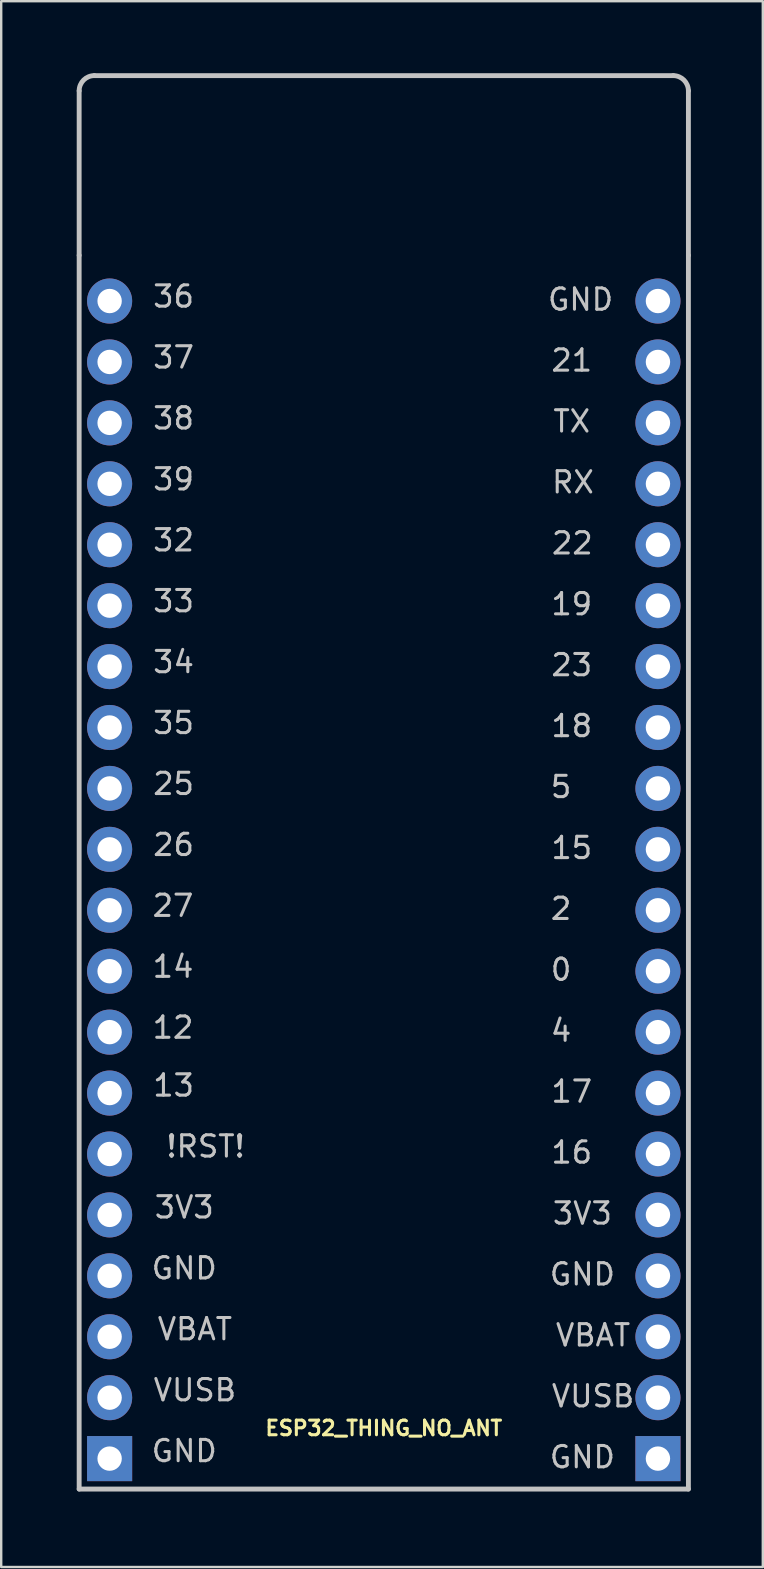
<source format=kicad_pcb>
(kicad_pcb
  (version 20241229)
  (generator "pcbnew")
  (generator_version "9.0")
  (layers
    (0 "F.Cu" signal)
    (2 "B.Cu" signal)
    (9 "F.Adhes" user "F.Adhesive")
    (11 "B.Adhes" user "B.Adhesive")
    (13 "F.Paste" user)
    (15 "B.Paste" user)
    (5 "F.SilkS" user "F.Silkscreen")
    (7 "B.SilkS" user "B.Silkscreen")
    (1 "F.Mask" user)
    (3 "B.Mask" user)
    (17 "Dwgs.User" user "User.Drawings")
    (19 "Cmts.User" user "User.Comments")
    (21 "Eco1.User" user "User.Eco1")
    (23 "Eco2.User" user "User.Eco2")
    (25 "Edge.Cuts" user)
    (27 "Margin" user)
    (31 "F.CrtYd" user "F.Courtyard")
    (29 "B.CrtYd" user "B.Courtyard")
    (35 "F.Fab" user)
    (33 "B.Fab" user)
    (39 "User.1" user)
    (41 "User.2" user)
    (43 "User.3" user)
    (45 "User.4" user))
  (footprint "ESP32_THING_NO_ANT"
    (layer "F.Cu")
    (at 0.25 59.03)
    (property "Reference" "ESP32_THING_NO_ANT" (at 12.7 -2.54 0) (layer "F.SilkS") (effects (font (size 0.61 0.61) (thickness 0.127))))
    (attr exclude_from_pos_files exclude_from_bom)
    (fp_line (start 0 -51.435) (end 0 -58.293) (stroke (width 0.203) (type solid)) (layer "Dwgs.User"))
    (fp_line (start 0 0) (end 0 -51.435) (stroke (width 0.203) (type solid)) (layer "Dwgs.User"))
    (fp_line (start 0.635 -58.928) (end 24.765 -58.928) (stroke (width 0.203) (type solid)) (layer "Dwgs.User"))
    (fp_line (start 25.4 -58.293) (end 25.4 -51.435) (stroke (width 0.203) (type solid)) (layer "Dwgs.User"))
    (fp_line (start 25.4 -51.435) (end 25.4 0) (stroke (width 0.203) (type solid)) (layer "Dwgs.User"))
    (fp_line (start 25.4 0) (end 0 0) (stroke (width 0.203) (type solid)) (layer "Dwgs.User"))
    (fp_arc (start 0 -58.293) (mid 0.185987 -58.742013) (end 0.635 -58.928) (stroke (width 0.2032) (type solid)) (layer "Dwgs.User"))
    (fp_arc (start 24.765 -58.928) (mid 25.214013 -58.742013) (end 25.4 -58.293) (stroke (width 0.2032) (type solid)) (layer "Dwgs.User"))
    (fp_text user "36" (at 3.937 -49.721 0) (layer "Dwgs.User") (effects (font (size 0.889 0.889) (thickness 0.127))))
    (fp_text user "39" (at 3.937 -42.1 0) (layer "Dwgs.User") (effects (font (size 0.889 0.889) (thickness 0.127))))
    (fp_text user "13" (at 3.937 -16.828 0) (layer "Dwgs.User") (effects (font (size 0.889 0.889) (thickness 0.127))))
    (fp_text user "15" (at 20.536 -26.731 0) (layer "Dwgs.User") (effects (font (size 0.889 0.889) (thickness 0.127))))
    (fp_text user "12" (at 3.912 -19.241 0) (layer "Dwgs.User") (effects (font (size 0.889 0.889) (thickness 0.127))))
    (fp_text user "VUSB" (at 21.425 -3.873 0) (layer "Dwgs.User") (effects (font (size 0.889 0.889) (thickness 0.127))))
    (fp_text user "GND" (at 4.381 -1.587 0) (layer "Dwgs.User") (effects (font (size 0.889 0.889) (thickness 0.127))))
    (fp_text user "VUSB" (at 4.826 -4.125 0) (layer "Dwgs.User") (effects (font (size 0.889 0.889) (thickness 0.127))))
    (fp_text user "2" (at 20.091 -24.194 0) (layer "Dwgs.User") (effects (font (size 0.889 0.889) (thickness 0.127))))
    (fp_text user "GND" (at 20.98 -1.333 0) (layer "Dwgs.User") (effects (font (size 0.889 0.889) (thickness 0.127))))
    (fp_text user "14" (at 3.912 -21.78 0) (layer "Dwgs.User") (effects (font (size 0.889 0.889) (thickness 0.127))))
    (fp_text user "23" (at 20.536 -34.353 0) (layer "Dwgs.User") (effects (font (size 0.889 0.889) (thickness 0.127))))
    (fp_text user "3V3" (at 20.98 -11.493 0) (layer "Dwgs.User") (effects (font (size 0.889 0.889) (thickness 0.127))))
    (fp_text user "VBAT" (at 21.425 -6.413 0) (layer "Dwgs.User") (effects (font (size 0.889 0.889) (thickness 0.127))))
    (fp_text user "16" (at 20.536 -14.034 0) (layer "Dwgs.User") (effects (font (size 0.889 0.889) (thickness 0.127))))
    (fp_text user "GND" (at 4.381 -9.207 0) (layer "Dwgs.User") (effects (font (size 0.889 0.889) (thickness 0.127))))
    (fp_text user "3V3" (at 4.381 -11.748 0) (layer "Dwgs.User") (effects (font (size 0.889 0.889) (thickness 0.127))))
    (fp_text user "38" (at 3.937 -44.641 0) (layer "Dwgs.User") (effects (font (size 0.889 0.889) (thickness 0.127))))
    (fp_text user "32" (at 3.937 -39.558 0) (layer "Dwgs.User") (effects (font (size 0.889 0.889) (thickness 0.127))))
    (fp_text user "35" (at 3.937 -31.941 0) (layer "Dwgs.User") (effects (font (size 0.889 0.889) (thickness 0.127))))
    (fp_text user "17" (at 20.536 -16.573 0) (layer "Dwgs.User") (effects (font (size 0.889 0.889) (thickness 0.127))))
    (fp_text user "27" (at 3.912 -24.32 0) (layer "Dwgs.User") (effects (font (size 0.889 0.889) (thickness 0.127))))
    (fp_text user "!RST!" (at 5.271 -14.287 0) (layer "Dwgs.User") (effects (font (size 0.889 0.889) (thickness 0.127))))
    (fp_text user "25" (at 3.937 -29.401 0) (layer "Dwgs.User") (effects (font (size 0.889 0.889) (thickness 0.127))))
    (fp_text user "4" (at 20.091 -19.113 0) (layer "Dwgs.User") (effects (font (size 0.889 0.889) (thickness 0.127))))
    (fp_text user "VBAT" (at 4.826 -6.668 0) (layer "Dwgs.User") (effects (font (size 0.889 0.889) (thickness 0.127))))
    (fp_text user "21" (at 20.536 -47.053 0) (layer "Dwgs.User") (effects (font (size 0.889 0.889) (thickness 0.127))))
    (fp_text user "34" (at 3.937 -34.48 0) (layer "Dwgs.User") (effects (font (size 0.889 0.889) (thickness 0.127))))
    (fp_text user "TX" (at 20.536 -44.514 0) (layer "Dwgs.User") (effects (font (size 0.889 0.889) (thickness 0.127))))
    (fp_text user "26" (at 3.937 -26.858 0) (layer "Dwgs.User") (effects (font (size 0.889 0.889) (thickness 0.127))))
    (fp_text user "22" (at 20.561 -39.431 0) (layer "Dwgs.User") (effects (font (size 0.889 0.889) (thickness 0.127))))
    (fp_text user "5" (at 20.091 -29.273 0) (layer "Dwgs.User") (effects (font (size 0.889 0.889) (thickness 0.127))))
    (fp_text user "GND" (at 20.904 -49.593 0) (layer "Dwgs.User") (effects (font (size 0.889 0.889) (thickness 0.127))))
    (fp_text user "19" (at 20.536 -36.894 0) (layer "Dwgs.User") (effects (font (size 0.889 0.889) (thickness 0.127))))
    (fp_text user "RX" (at 20.587 -41.974 0) (layer "Dwgs.User") (effects (font (size 0.889 0.889) (thickness 0.127))))
    (fp_text user "37" (at 3.937 -47.181 0) (layer "Dwgs.User") (effects (font (size 0.889 0.889) (thickness 0.127))))
    (fp_text user "33" (at 3.937 -37.02 0) (layer "Dwgs.User") (effects (font (size 0.889 0.889) (thickness 0.127))))
    (fp_text user "0" (at 20.091 -21.654 0) (layer "Dwgs.User") (effects (font (size 0.889 0.889) (thickness 0.127))))
    (fp_text user "18" (at 20.536 -31.814 0) (layer "Dwgs.User") (effects (font (size 0.889 0.889) (thickness 0.127))))
    (fp_text user "GND" (at 20.98 -8.954 0) (layer "Dwgs.User") (effects (font (size 0.889 0.889) (thickness 0.127))))
    (pad "1" thru_hole rect (at 1.27 -1.27) (size 1.88 1.88) (drill 1.016) (layers "*.Cu" "*.Paste" "*.Mask"))
    (pad "2" thru_hole circle (at 1.27 -3.81) (size 1.88 1.88) (drill 1.016) (layers "*.Cu" "*.Paste" "*.Mask"))
    (pad "3" thru_hole circle (at 1.27 -6.35) (size 1.88 1.88) (drill 1.016) (layers "*.Cu" "*.Paste" "*.Mask"))
    (pad "4" thru_hole circle (at 1.27 -8.89) (size 1.88 1.88) (drill 1.016) (layers "*.Cu" "*.Paste" "*.Mask"))
    (pad "5" thru_hole circle (at 1.27 -11.43) (size 1.88 1.88) (drill 1.016) (layers "*.Cu" "*.Paste" "*.Mask"))
    (pad "6" thru_hole circle (at 1.27 -13.97) (size 1.88 1.88) (drill 1.016) (layers "*.Cu" "*.Paste" "*.Mask"))
    (pad "7" thru_hole circle (at 1.27 -16.51) (size 1.88 1.88) (drill 1.016) (layers "*.Cu" "*.Paste" "*.Mask"))
    (pad "8" thru_hole circle (at 1.27 -19.05) (size 1.88 1.88) (drill 1.016) (layers "*.Cu" "*.Paste" "*.Mask"))
    (pad "9" thru_hole circle (at 1.27 -21.59) (size 1.88 1.88) (drill 1.016) (layers "*.Cu" "*.Paste" "*.Mask"))
    (pad "10" thru_hole circle (at 1.27 -24.13) (size 1.88 1.88) (drill 1.016) (layers "*.Cu" "*.Paste" "*.Mask"))
    (pad "11" thru_hole circle (at 1.27 -26.67) (size 1.88 1.88) (drill 1.016) (layers "*.Cu" "*.Paste" "*.Mask"))
    (pad "12" thru_hole circle (at 1.27 -29.21) (size 1.88 1.88) (drill 1.016) (layers "*.Cu" "*.Paste" "*.Mask"))
    (pad "13" thru_hole circle (at 1.27 -31.75) (size 1.88 1.88) (drill 1.016) (layers "*.Cu" "*.Paste" "*.Mask"))
    (pad "14" thru_hole circle (at 1.27 -34.29) (size 1.88 1.88) (drill 1.016) (layers "*.Cu" "*.Paste" "*.Mask"))
    (pad "15" thru_hole circle (at 1.27 -36.83) (size 1.88 1.88) (drill 1.016) (layers "*.Cu" "*.Paste" "*.Mask"))
    (pad "16" thru_hole circle (at 1.27 -39.37) (size 1.88 1.88) (drill 1.016) (layers "*.Cu" "*.Paste" "*.Mask"))
    (pad "17" thru_hole circle (at 1.27 -41.91) (size 1.88 1.88) (drill 1.016) (layers "*.Cu" "*.Paste" "*.Mask"))
    (pad "18" thru_hole circle (at 1.27 -44.45) (size 1.88 1.88) (drill 1.016) (layers "*.Cu" "*.Paste" "*.Mask"))
    (pad "19" thru_hole circle (at 1.27 -46.99) (size 1.88 1.88) (drill 1.016) (layers "*.Cu" "*.Paste" "*.Mask"))
    (pad "20" thru_hole circle (at 1.27 -49.53) (size 1.88 1.88) (drill 1.016) (layers "*.Cu" "*.Paste" "*.Mask"))
    (pad "21" thru_hole circle (at 24.13 -49.53) (size 1.88 1.88) (drill 1.016) (layers "*.Cu" "*.Paste" "*.Mask"))
    (pad "22" thru_hole circle (at 24.13 -46.99) (size 1.88 1.88) (drill 1.016) (layers "*.Cu" "*.Paste" "*.Mask"))
    (pad "23" thru_hole circle (at 24.13 -44.45) (size 1.88 1.88) (drill 1.016) (layers "*.Cu" "*.Paste" "*.Mask"))
    (pad "24" thru_hole circle (at 24.13 -41.91) (size 1.88 1.88) (drill 1.016) (layers "*.Cu" "*.Paste" "*.Mask"))
    (pad "25" thru_hole circle (at 24.13 -39.37) (size 1.88 1.88) (drill 1.016) (layers "*.Cu" "*.Paste" "*.Mask"))
    (pad "26" thru_hole circle (at 24.13 -36.83) (size 1.88 1.88) (drill 1.016) (layers "*.Cu" "*.Paste" "*.Mask"))
    (pad "27" thru_hole circle (at 24.13 -34.29) (size 1.88 1.88) (drill 1.016) (layers "*.Cu" "*.Paste" "*.Mask"))
    (pad "28" thru_hole circle (at 24.13 -31.75) (size 1.88 1.88) (drill 1.016) (layers "*.Cu" "*.Paste" "*.Mask"))
    (pad "29" thru_hole circle (at 24.13 -29.21) (size 1.88 1.88) (drill 1.016) (layers "*.Cu" "*.Paste" "*.Mask"))
    (pad "30" thru_hole circle (at 24.13 -26.67) (size 1.88 1.88) (drill 1.016) (layers "*.Cu" "*.Paste" "*.Mask"))
    (pad "31" thru_hole circle (at 24.13 -24.13) (size 1.88 1.88) (drill 1.016) (layers "*.Cu" "*.Paste" "*.Mask"))
    (pad "32" thru_hole circle (at 24.13 -21.59) (size 1.88 1.88) (drill 1.016) (layers "*.Cu" "*.Paste" "*.Mask"))
    (pad "33" thru_hole circle (at 24.13 -19.05) (size 1.88 1.88) (drill 1.016) (layers "*.Cu" "*.Paste" "*.Mask"))
    (pad "34" thru_hole circle (at 24.13 -16.51) (size 1.88 1.88) (drill 1.016) (layers "*.Cu" "*.Paste" "*.Mask"))
    (pad "35" thru_hole circle (at 24.13 -13.97) (size 1.88 1.88) (drill 1.016) (layers "*.Cu" "*.Paste" "*.Mask"))
    (pad "36" thru_hole circle (at 24.13 -11.43) (size 1.88 1.88) (drill 1.016) (layers "*.Cu" "*.Paste" "*.Mask"))
    (pad "37" thru_hole circle (at 24.13 -8.89) (size 1.88 1.88) (drill 1.016) (layers "*.Cu" "*.Paste" "*.Mask"))
    (pad "38" thru_hole circle (at 24.13 -6.35) (size 1.88 1.88) (drill 1.016) (layers "*.Cu" "*.Paste" "*.Mask"))
    (pad "39" thru_hole circle (at 24.13 -3.81) (size 1.88 1.88) (drill 1.016) (layers "*.Cu" "*.Paste" "*.Mask"))
    (pad "40" thru_hole rect (at 24.13 -1.27) (size 1.88 1.88) (drill 1.016) (layers "*.Cu" "*.Paste" "*.Mask")))
  (gr_rect
    (start -3 -3)
    (end 28.752 62.28)
    (stroke (width 0.1) (type default))
    (fill no)
    (layer "Edge.Cuts")))
</source>
